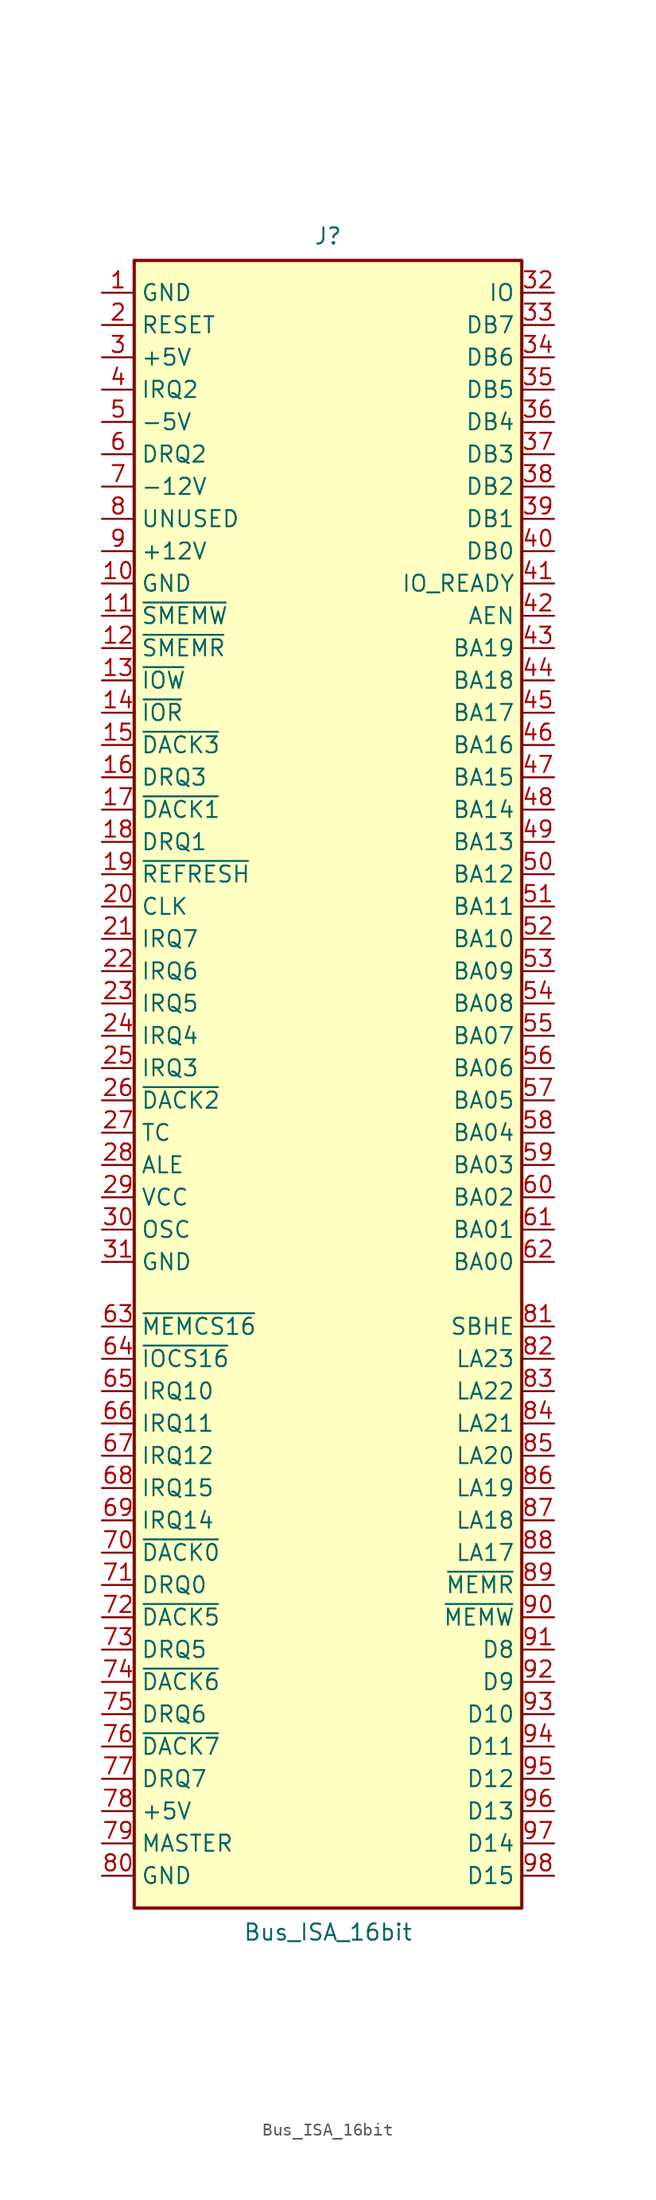
<source format=kicad_sym>
(kicad_symbol_lib
  (version 20201005)
  (generator kicad_symbol_editor)
  (symbol "Bus_ISA_16bit"
    (property "Reference" "J"
      (at 0 67.945 0)
      (effects (font (size 1.27 1.27))))
    (property "Value" "Bus_ISA_16bit"
      (at 0 -65.405 0)
      (effects (font (size 1.27 1.27))))
    (symbol "Bus_ISA_16bit_0_1"
      (rectangle (start -15.24 -63.5) (end 15.24 66.04) (stroke (width 0.254)) (fill (type background))))
    (symbol "Bus_ISA_16bit_1_1"
      (pin power_in line (at -17.78 63.5 0) (length 2.54) (name "GND" (effects (font (size 1.27 1.27)))) (number "1" (effects (font (size 1.27 1.27)))))
      (pin power_in line (at -17.78 40.64 0) (length 2.54) (name "GND" (effects (font (size 1.27 1.27)))) (number "10" (effects (font (size 1.27 1.27)))))
      (pin output line (at -17.78 38.1 0) (length 2.54) (name "~SMEMW" (effects (font (size 1.27 1.27)))) (number "11" (effects (font (size 1.27 1.27)))))
      (pin output line (at -17.78 35.56 0) (length 2.54) (name "~SMEMR" (effects (font (size 1.27 1.27)))) (number "12" (effects (font (size 1.27 1.27)))))
      (pin output line (at -17.78 33.02 0) (length 2.54) (name "~IOW" (effects (font (size 1.27 1.27)))) (number "13" (effects (font (size 1.27 1.27)))))
      (pin output line (at -17.78 30.48 0) (length 2.54) (name "~IOR" (effects (font (size 1.27 1.27)))) (number "14" (effects (font (size 1.27 1.27)))))
      (pin passive line (at -17.78 27.94 0) (length 2.54) (name "~DACK3" (effects (font (size 1.27 1.27)))) (number "15" (effects (font (size 1.27 1.27)))))
      (pin passive line (at -17.78 25.4 0) (length 2.54) (name "DRQ3" (effects (font (size 1.27 1.27)))) (number "16" (effects (font (size 1.27 1.27)))))
      (pin passive line (at -17.78 22.86 0) (length 2.54) (name "~DACK1" (effects (font (size 1.27 1.27)))) (number "17" (effects (font (size 1.27 1.27)))))
      (pin passive line (at -17.78 20.32 0) (length 2.54) (name "DRQ1" (effects (font (size 1.27 1.27)))) (number "18" (effects (font (size 1.27 1.27)))))
      (pin passive line (at -17.78 17.78 0) (length 2.54) (name "~REFRESH" (effects (font (size 1.27 1.27)))) (number "19" (effects (font (size 1.27 1.27)))))
      (pin output line (at -17.78 60.96 0) (length 2.54) (name "RESET" (effects (font (size 1.27 1.27)))) (number "2" (effects (font (size 1.27 1.27)))))
      (pin output line (at -17.78 15.24 0) (length 2.54) (name "CLK" (effects (font (size 1.27 1.27)))) (number "20" (effects (font (size 1.27 1.27)))))
      (pin passive line (at -17.78 12.7 0) (length 2.54) (name "IRQ7" (effects (font (size 1.27 1.27)))) (number "21" (effects (font (size 1.27 1.27)))))
      (pin passive line (at -17.78 10.16 0) (length 2.54) (name "IRQ6" (effects (font (size 1.27 1.27)))) (number "22" (effects (font (size 1.27 1.27)))))
      (pin passive line (at -17.78 7.62 0) (length 2.54) (name "IRQ5" (effects (font (size 1.27 1.27)))) (number "23" (effects (font (size 1.27 1.27)))))
      (pin passive line (at -17.78 5.08 0) (length 2.54) (name "IRQ4" (effects (font (size 1.27 1.27)))) (number "24" (effects (font (size 1.27 1.27)))))
      (pin passive line (at -17.78 2.54 0) (length 2.54) (name "IRQ3" (effects (font (size 1.27 1.27)))) (number "25" (effects (font (size 1.27 1.27)))))
      (pin passive line (at -17.78 0 0) (length 2.54) (name "~DACK2" (effects (font (size 1.27 1.27)))) (number "26" (effects (font (size 1.27 1.27)))))
      (pin passive line (at -17.78 -2.54 0) (length 2.54) (name "TC" (effects (font (size 1.27 1.27)))) (number "27" (effects (font (size 1.27 1.27)))))
      (pin output line (at -17.78 -5.08 0) (length 2.54) (name "ALE" (effects (font (size 1.27 1.27)))) (number "28" (effects (font (size 1.27 1.27)))))
      (pin power_in line (at -17.78 -7.62 0) (length 2.54) (name "VCC" (effects (font (size 1.27 1.27)))) (number "29" (effects (font (size 1.27 1.27)))))
      (pin power_in line (at -17.78 58.42 0) (length 2.54) (name "+5V" (effects (font (size 1.27 1.27)))) (number "3" (effects (font (size 1.27 1.27)))))
      (pin output line (at -17.78 -10.16 0) (length 2.54) (name "OSC" (effects (font (size 1.27 1.27)))) (number "30" (effects (font (size 1.27 1.27)))))
      (pin power_in line (at -17.78 -12.7 0) (length 2.54) (name "GND" (effects (font (size 1.27 1.27)))) (number "31" (effects (font (size 1.27 1.27)))))
      (pin passive line (at 17.78 63.5 180) (length 2.54) (name "IO" (effects (font (size 1.27 1.27)))) (number "32" (effects (font (size 1.27 1.27)))))
      (pin tri_state line (at 17.78 60.96 180) (length 2.54) (name "DB7" (effects (font (size 1.27 1.27)))) (number "33" (effects (font (size 1.27 1.27)))))
      (pin tri_state line (at 17.78 58.42 180) (length 2.54) (name "DB6" (effects (font (size 1.27 1.27)))) (number "34" (effects (font (size 1.27 1.27)))))
      (pin tri_state line (at 17.78 55.88 180) (length 2.54) (name "DB5" (effects (font (size 1.27 1.27)))) (number "35" (effects (font (size 1.27 1.27)))))
      (pin tri_state line (at 17.78 53.34 180) (length 2.54) (name "DB4" (effects (font (size 1.27 1.27)))) (number "36" (effects (font (size 1.27 1.27)))))
      (pin tri_state line (at 17.78 50.8 180) (length 2.54) (name "DB3" (effects (font (size 1.27 1.27)))) (number "37" (effects (font (size 1.27 1.27)))))
      (pin tri_state line (at 17.78 48.26 180) (length 2.54) (name "DB2" (effects (font (size 1.27 1.27)))) (number "38" (effects (font (size 1.27 1.27)))))
      (pin tri_state line (at 17.78 45.72 180) (length 2.54) (name "DB1" (effects (font (size 1.27 1.27)))) (number "39" (effects (font (size 1.27 1.27)))))
      (pin passive line (at -17.78 55.88 0) (length 2.54) (name "IRQ2" (effects (font (size 1.27 1.27)))) (number "4" (effects (font (size 1.27 1.27)))))
      (pin tri_state line (at 17.78 43.18 180) (length 2.54) (name "DB0" (effects (font (size 1.27 1.27)))) (number "40" (effects (font (size 1.27 1.27)))))
      (pin passive line (at 17.78 40.64 180) (length 2.54) (name "IO_READY" (effects (font (size 1.27 1.27)))) (number "41" (effects (font (size 1.27 1.27)))))
      (pin output line (at 17.78 38.1 180) (length 2.54) (name "AEN" (effects (font (size 1.27 1.27)))) (number "42" (effects (font (size 1.27 1.27)))))
      (pin tri_state line (at 17.78 35.56 180) (length 2.54) (name "BA19" (effects (font (size 1.27 1.27)))) (number "43" (effects (font (size 1.27 1.27)))))
      (pin tri_state line (at 17.78 33.02 180) (length 2.54) (name "BA18" (effects (font (size 1.27 1.27)))) (number "44" (effects (font (size 1.27 1.27)))))
      (pin tri_state line (at 17.78 30.48 180) (length 2.54) (name "BA17" (effects (font (size 1.27 1.27)))) (number "45" (effects (font (size 1.27 1.27)))))
      (pin tri_state line (at 17.78 27.94 180) (length 2.54) (name "BA16" (effects (font (size 1.27 1.27)))) (number "46" (effects (font (size 1.27 1.27)))))
      (pin tri_state line (at 17.78 25.4 180) (length 2.54) (name "BA15" (effects (font (size 1.27 1.27)))) (number "47" (effects (font (size 1.27 1.27)))))
      (pin tri_state line (at 17.78 22.86 180) (length 2.54) (name "BA14" (effects (font (size 1.27 1.27)))) (number "48" (effects (font (size 1.27 1.27)))))
      (pin tri_state line (at 17.78 20.32 180) (length 2.54) (name "BA13" (effects (font (size 1.27 1.27)))) (number "49" (effects (font (size 1.27 1.27)))))
      (pin power_in line (at -17.78 53.34 0) (length 2.54) (name "-5V" (effects (font (size 1.27 1.27)))) (number "5" (effects (font (size 1.27 1.27)))))
      (pin tri_state line (at 17.78 17.78 180) (length 2.54) (name "BA12" (effects (font (size 1.27 1.27)))) (number "50" (effects (font (size 1.27 1.27)))))
      (pin tri_state line (at 17.78 15.24 180) (length 2.54) (name "BA11" (effects (font (size 1.27 1.27)))) (number "51" (effects (font (size 1.27 1.27)))))
      (pin tri_state line (at 17.78 12.7 180) (length 2.54) (name "BA10" (effects (font (size 1.27 1.27)))) (number "52" (effects (font (size 1.27 1.27)))))
      (pin tri_state line (at 17.78 10.16 180) (length 2.54) (name "BA09" (effects (font (size 1.27 1.27)))) (number "53" (effects (font (size 1.27 1.27)))))
      (pin tri_state line (at 17.78 7.62 180) (length 2.54) (name "BA08" (effects (font (size 1.27 1.27)))) (number "54" (effects (font (size 1.27 1.27)))))
      (pin tri_state line (at 17.78 5.08 180) (length 2.54) (name "BA07" (effects (font (size 1.27 1.27)))) (number "55" (effects (font (size 1.27 1.27)))))
      (pin tri_state line (at 17.78 2.54 180) (length 2.54) (name "BA06" (effects (font (size 1.27 1.27)))) (number "56" (effects (font (size 1.27 1.27)))))
      (pin tri_state line (at 17.78 0 180) (length 2.54) (name "BA05" (effects (font (size 1.27 1.27)))) (number "57" (effects (font (size 1.27 1.27)))))
      (pin tri_state line (at 17.78 -2.54 180) (length 2.54) (name "BA04" (effects (font (size 1.27 1.27)))) (number "58" (effects (font (size 1.27 1.27)))))
      (pin tri_state line (at 17.78 -5.08 180) (length 2.54) (name "BA03" (effects (font (size 1.27 1.27)))) (number "59" (effects (font (size 1.27 1.27)))))
      (pin passive line (at -17.78 50.8 0) (length 2.54) (name "DRQ2" (effects (font (size 1.27 1.27)))) (number "6" (effects (font (size 1.27 1.27)))))
      (pin tri_state line (at 17.78 -7.62 180) (length 2.54) (name "BA02" (effects (font (size 1.27 1.27)))) (number "60" (effects (font (size 1.27 1.27)))))
      (pin tri_state line (at 17.78 -10.16 180) (length 2.54) (name "BA01" (effects (font (size 1.27 1.27)))) (number "61" (effects (font (size 1.27 1.27)))))
      (pin tri_state line (at 17.78 -12.7 180) (length 2.54) (name "BA00" (effects (font (size 1.27 1.27)))) (number "62" (effects (font (size 1.27 1.27)))))
      (pin passive line (at -17.78 -17.78 0) (length 2.54) (name "~MEMCS16" (effects (font (size 1.27 1.27)))) (number "63" (effects (font (size 1.27 1.27)))))
      (pin passive line (at -17.78 -20.32 0) (length 2.54) (name "~IOCS16" (effects (font (size 1.27 1.27)))) (number "64" (effects (font (size 1.27 1.27)))))
      (pin passive line (at -17.78 -22.86 0) (length 2.54) (name "IRQ10" (effects (font (size 1.27 1.27)))) (number "65" (effects (font (size 1.27 1.27)))))
      (pin passive line (at -17.78 -25.4 0) (length 2.54) (name "IRQ11" (effects (font (size 1.27 1.27)))) (number "66" (effects (font (size 1.27 1.27)))))
      (pin passive line (at -17.78 -27.94 0) (length 2.54) (name "IRQ12" (effects (font (size 1.27 1.27)))) (number "67" (effects (font (size 1.27 1.27)))))
      (pin passive line (at -17.78 -30.48 0) (length 2.54) (name "IRQ15" (effects (font (size 1.27 1.27)))) (number "68" (effects (font (size 1.27 1.27)))))
      (pin passive line (at -17.78 -33.02 0) (length 2.54) (name "IRQ14" (effects (font (size 1.27 1.27)))) (number "69" (effects (font (size 1.27 1.27)))))
      (pin power_in line (at -17.78 48.26 0) (length 2.54) (name "-12V" (effects (font (size 1.27 1.27)))) (number "7" (effects (font (size 1.27 1.27)))))
      (pin output line (at -17.78 -35.56 0) (length 2.54) (name "~DACK0" (effects (font (size 1.27 1.27)))) (number "70" (effects (font (size 1.27 1.27)))))
      (pin passive line (at -17.78 -38.1 0) (length 2.54) (name "DRQ0" (effects (font (size 1.27 1.27)))) (number "71" (effects (font (size 1.27 1.27)))))
      (pin output line (at -17.78 -40.64 0) (length 2.54) (name "~DACK5" (effects (font (size 1.27 1.27)))) (number "72" (effects (font (size 1.27 1.27)))))
      (pin passive line (at -17.78 -43.18 0) (length 2.54) (name "DRQ5" (effects (font (size 1.27 1.27)))) (number "73" (effects (font (size 1.27 1.27)))))
      (pin output line (at -17.78 -45.72 0) (length 2.54) (name "~DACK6" (effects (font (size 1.27 1.27)))) (number "74" (effects (font (size 1.27 1.27)))))
      (pin passive line (at -17.78 -48.26 0) (length 2.54) (name "DRQ6" (effects (font (size 1.27 1.27)))) (number "75" (effects (font (size 1.27 1.27)))))
      (pin output line (at -17.78 -50.8 0) (length 2.54) (name "~DACK7" (effects (font (size 1.27 1.27)))) (number "76" (effects (font (size 1.27 1.27)))))
      (pin passive line (at -17.78 -53.34 0) (length 2.54) (name "DRQ7" (effects (font (size 1.27 1.27)))) (number "77" (effects (font (size 1.27 1.27)))))
      (pin power_in line (at -17.78 -55.88 0) (length 2.54) (name "+5V" (effects (font (size 1.27 1.27)))) (number "78" (effects (font (size 1.27 1.27)))))
      (pin passive line (at -17.78 -58.42 0) (length 2.54) (name "MASTER" (effects (font (size 1.27 1.27)))) (number "79" (effects (font (size 1.27 1.27)))))
      (pin passive line (at -17.78 45.72 0) (length 2.54) (name "UNUSED" (effects (font (size 1.27 1.27)))) (number "8" (effects (font (size 1.27 1.27)))))
      (pin power_in line (at -17.78 -60.96 0) (length 2.54) (name "GND" (effects (font (size 1.27 1.27)))) (number "80" (effects (font (size 1.27 1.27)))))
      (pin passive line (at 17.78 -17.78 180) (length 2.54) (name "SBHE" (effects (font (size 1.27 1.27)))) (number "81" (effects (font (size 1.27 1.27)))))
      (pin passive line (at 17.78 -20.32 180) (length 2.54) (name "LA23" (effects (font (size 1.27 1.27)))) (number "82" (effects (font (size 1.27 1.27)))))
      (pin passive line (at 17.78 -22.86 180) (length 2.54) (name "LA22" (effects (font (size 1.27 1.27)))) (number "83" (effects (font (size 1.27 1.27)))))
      (pin passive line (at 17.78 -25.4 180) (length 2.54) (name "LA21" (effects (font (size 1.27 1.27)))) (number "84" (effects (font (size 1.27 1.27)))))
      (pin passive line (at 17.78 -27.94 180) (length 2.54) (name "LA20" (effects (font (size 1.27 1.27)))) (number "85" (effects (font (size 1.27 1.27)))))
      (pin passive line (at 17.78 -30.48 180) (length 2.54) (name "LA19" (effects (font (size 1.27 1.27)))) (number "86" (effects (font (size 1.27 1.27)))))
      (pin passive line (at 17.78 -33.02 180) (length 2.54) (name "LA18" (effects (font (size 1.27 1.27)))) (number "87" (effects (font (size 1.27 1.27)))))
      (pin passive line (at 17.78 -35.56 180) (length 2.54) (name "LA17" (effects (font (size 1.27 1.27)))) (number "88" (effects (font (size 1.27 1.27)))))
      (pin output line (at 17.78 -38.1 180) (length 2.54) (name "~MEMR" (effects (font (size 1.27 1.27)))) (number "89" (effects (font (size 1.27 1.27)))))
      (pin power_in line (at -17.78 43.18 0) (length 2.54) (name "+12V" (effects (font (size 1.27 1.27)))) (number "9" (effects (font (size 1.27 1.27)))))
      (pin output line (at 17.78 -40.64 180) (length 2.54) (name "~MEMW" (effects (font (size 1.27 1.27)))) (number "90" (effects (font (size 1.27 1.27)))))
      (pin tri_state line (at 17.78 -43.18 180) (length 2.54) (name "D8" (effects (font (size 1.27 1.27)))) (number "91" (effects (font (size 1.27 1.27)))))
      (pin tri_state line (at 17.78 -45.72 180) (length 2.54) (name "D9" (effects (font (size 1.27 1.27)))) (number "92" (effects (font (size 1.27 1.27)))))
      (pin tri_state line (at 17.78 -48.26 180) (length 2.54) (name "D10" (effects (font (size 1.27 1.27)))) (number "93" (effects (font (size 1.27 1.27)))))
      (pin tri_state line (at 17.78 -50.8 180) (length 2.54) (name "D11" (effects (font (size 1.27 1.27)))) (number "94" (effects (font (size 1.27 1.27)))))
      (pin tri_state line (at 17.78 -53.34 180) (length 2.54) (name "D12" (effects (font (size 1.27 1.27)))) (number "95" (effects (font (size 1.27 1.27)))))
      (pin tri_state line (at 17.78 -55.88 180) (length 2.54) (name "D13" (effects (font (size 1.27 1.27)))) (number "96" (effects (font (size 1.27 1.27)))))
      (pin tri_state line (at 17.78 -58.42 180) (length 2.54) (name "D14" (effects (font (size 1.27 1.27)))) (number "97" (effects (font (size 1.27 1.27)))))
      (pin tri_state line (at 17.78 -60.96 180) (length 2.54) (name "D15" (effects (font (size 1.27 1.27)))) (number "98" (effects (font (size 1.27 1.27))))))))
</source>
